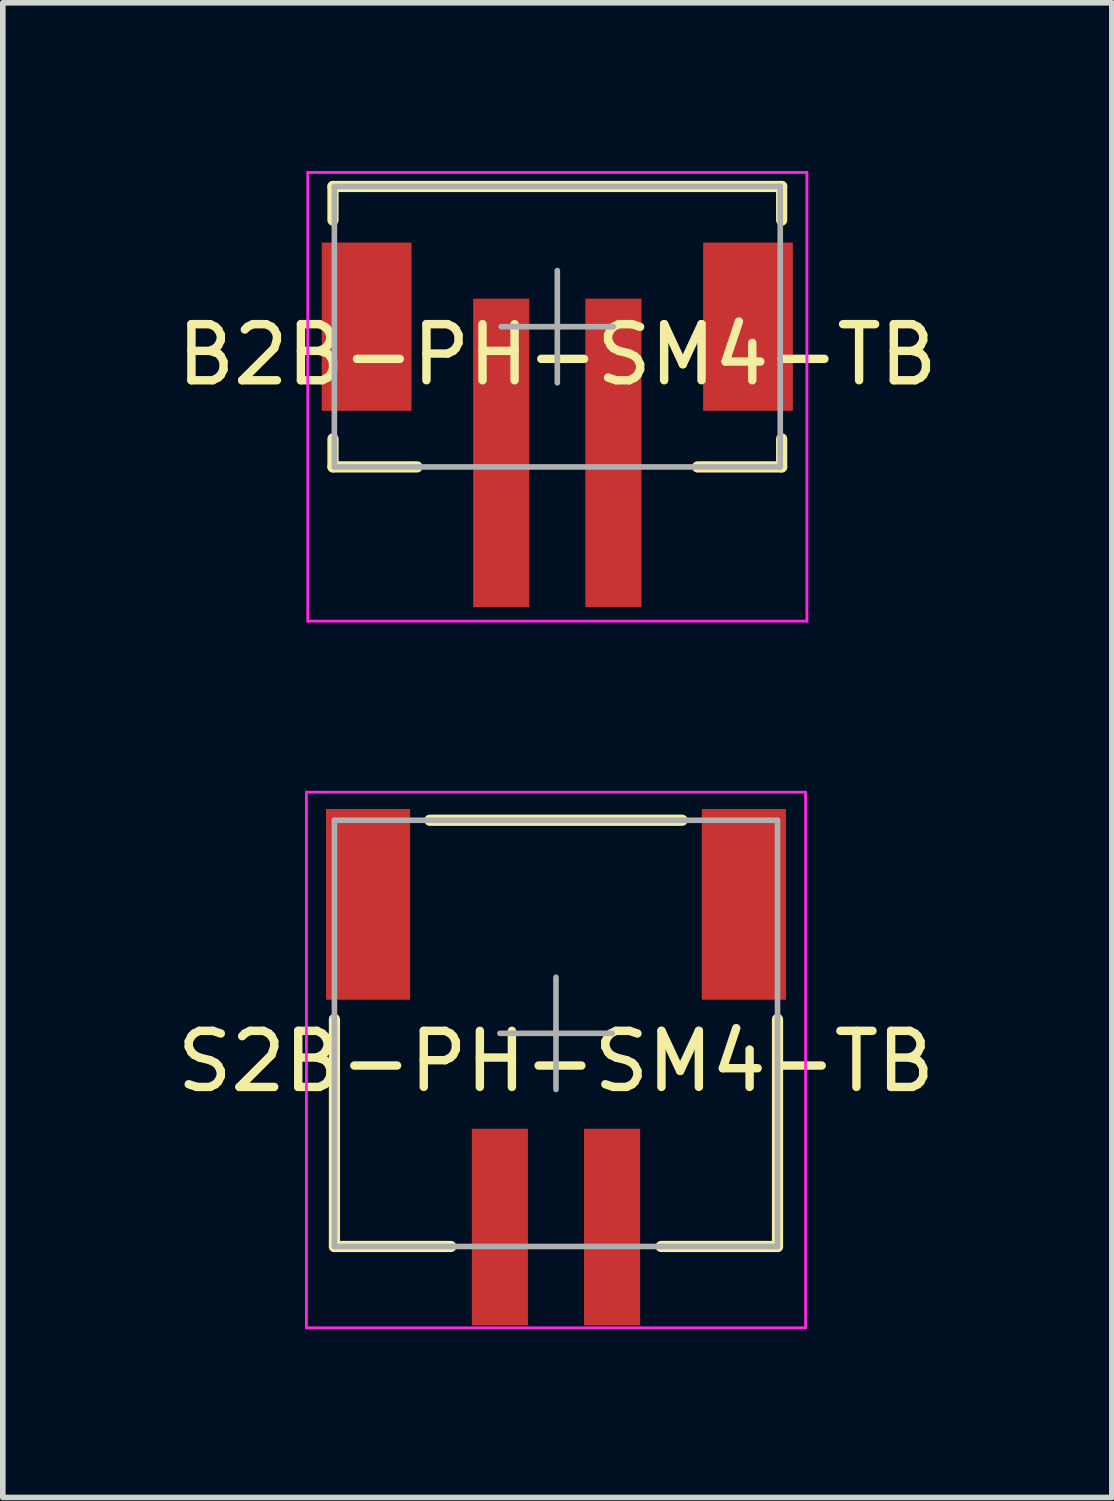
<source format=kicad_pcb>
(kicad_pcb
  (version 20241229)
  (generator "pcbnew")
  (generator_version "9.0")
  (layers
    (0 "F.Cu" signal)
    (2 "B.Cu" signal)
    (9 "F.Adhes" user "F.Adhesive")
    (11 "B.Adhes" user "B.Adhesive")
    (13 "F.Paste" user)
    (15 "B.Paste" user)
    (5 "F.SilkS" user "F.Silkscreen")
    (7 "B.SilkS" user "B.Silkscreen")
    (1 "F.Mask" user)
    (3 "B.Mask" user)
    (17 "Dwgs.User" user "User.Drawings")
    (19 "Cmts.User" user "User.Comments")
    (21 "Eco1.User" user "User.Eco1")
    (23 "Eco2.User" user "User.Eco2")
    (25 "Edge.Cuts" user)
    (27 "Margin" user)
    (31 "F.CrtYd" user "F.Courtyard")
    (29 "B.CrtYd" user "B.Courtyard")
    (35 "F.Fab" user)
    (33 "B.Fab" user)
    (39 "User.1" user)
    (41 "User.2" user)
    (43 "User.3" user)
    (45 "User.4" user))
  (footprint "B2B-PH-SM4-TB"
    (layer "F.Cu")
    (at 6.887 2.775)
    (property "Reference" "B2B-PH-SM4-TB" (at 0 0.5 0) (layer "F.SilkS") (effects (font (size 1 1) (thickness 0.15))))
    (attr through_hole)
    (fp_line (start -4 -2.5) (end 4 -2.5) (stroke (width 0.2) (type solid)) (layer "F.SilkS"))
    (fp_line (start -4 -1.9) (end -4 -2.5) (stroke (width 0.2) (type solid)) (layer "F.SilkS"))
    (fp_line (start -4 2) (end -4 2.5) (stroke (width 0.2) (type solid)) (layer "F.SilkS"))
    (fp_line (start -4 2.5) (end -2.5 2.5) (stroke (width 0.2) (type solid)) (layer "F.SilkS"))
    (fp_line (start 4 -2.5) (end 4 -1.9) (stroke (width 0.2) (type solid)) (layer "F.SilkS"))
    (fp_line (start 4 2) (end 4 2.5) (stroke (width 0.2) (type solid)) (layer "F.SilkS"))
    (fp_line (start 4 2.5) (end 2.5 2.5) (stroke (width 0.2) (type solid)) (layer "F.SilkS"))
    (fp_line (start -4.45 -2.75) (end 4.45 -2.75) (stroke (width 0.05) (type solid)) (layer "F.CrtYd"))
    (fp_line (start -4.45 5.25) (end -4.45 -2.75) (stroke (width 0.05) (type solid)) (layer "F.CrtYd"))
    (fp_line (start 4.45 -2.75) (end 4.45 5.25) (stroke (width 0.05) (type solid)) (layer "F.CrtYd"))
    (fp_line (start 4.45 5.25) (end -4.45 5.25) (stroke (width 0.05) (type solid)) (layer "F.CrtYd"))
    (fp_line (start -3.975 2.5) (end -3.975 -2.5) (stroke (width 0.1) (type solid)) (layer "F.Fab"))
    (fp_line (start -1 0) (end 1 0) (stroke (width 0.1) (type solid)) (layer "F.Fab"))
    (fp_line (start 0 -1) (end 0 1) (stroke (width 0.1) (type solid)) (layer "F.Fab"))
    (fp_line (start 3.975 -2.5) (end -3.975 -2.5) (stroke (width 0.1) (type solid)) (layer "F.Fab"))
    (fp_line (start 3.975 -2.5) (end 3.975 2.5) (stroke (width 0.1) (type solid)) (layer "F.Fab"))
    (fp_line (start 3.975 2.5) (end -3.975 2.5) (stroke (width 0.1) (type solid)) (layer "F.Fab"))
    (pad "1" smd rect (at -1 2.25) (size 1 5.5) (layers "F.Cu" "F.Mask" "F.Paste"))
    (pad "2" smd rect (at 1 2.25) (size 1 5.5) (layers "F.Cu" "F.Mask" "F.Paste"))
    (pad "FG" smd rect (at -3.4 0) (size 1.6 3) (layers "F.Cu" "F.Mask" "F.Paste"))
    (pad "FG" smd rect (at 3.4 0) (size 1.6 3) (layers "F.Cu" "F.Mask" "F.Paste")))
  (footprint "S2B-PH-SM4-TB"
    (layer "F.Cu")
    (at 6.863 15.375)
    (property "Reference" "S2B-PH-SM4-TB" (at 0 0.5 0) (layer "F.SilkS") (effects (font (size 1 1) (thickness 0.15))))
    (attr smd)
    (fp_line (start -3.95 3.8) (end -3.95 -0.25) (stroke (width 0.2) (type solid)) (layer "F.SilkS"))
    (fp_line (start -3.95 3.8) (end -1.875 3.8) (stroke (width 0.2) (type solid)) (layer "F.SilkS"))
    (fp_line (start -2.25 -3.8) (end 2.25 -3.8) (stroke (width 0.2) (type solid)) (layer "F.SilkS"))
    (fp_line (start 1.875 3.8) (end 3.95 3.8) (stroke (width 0.2) (type solid)) (layer "F.SilkS"))
    (fp_line (start 3.95 3.8) (end 3.95 -0.25) (stroke (width 0.2) (type solid)) (layer "F.SilkS"))
    (fp_line (start -4.45 -4.3) (end 4.45 -4.3) (stroke (width 0.05) (type solid)) (layer "F.CrtYd"))
    (fp_line (start -4.45 5.25) (end -4.45 -4.3) (stroke (width 0.05) (type solid)) (layer "F.CrtYd"))
    (fp_line (start 4.45 -4.3) (end 4.45 5.25) (stroke (width 0.05) (type solid)) (layer "F.CrtYd"))
    (fp_line (start 4.45 5.25) (end -4.45 5.25) (stroke (width 0.05) (type solid)) (layer "F.CrtYd"))
    (fp_line (start -3.95 -3.8) (end 3.95 -3.8) (stroke (width 0.1) (type solid)) (layer "F.Fab"))
    (fp_line (start -3.95 3.8) (end -3.95 -3.8) (stroke (width 0.1) (type solid)) (layer "F.Fab"))
    (fp_line (start -3.95 3.8) (end 3.95 3.8) (stroke (width 0.1) (type solid)) (layer "F.Fab"))
    (fp_line (start -1 0) (end 1 0) (stroke (width 0.1) (type solid)) (layer "F.Fab"))
    (fp_line (start 0 -1) (end 0 1) (stroke (width 0.1) (type solid)) (layer "F.Fab"))
    (fp_line (start 3.95 -3.8) (end 3.95 3.8) (stroke (width 0.1) (type solid)) (layer "F.Fab"))
    (pad "1" smd rect (at 1 3.45) (size 1 3.5) (layers "F.Cu" "F.Mask" "F.Paste"))
    (pad "2" smd rect (at -1 3.45) (size 1 3.5) (layers "F.Cu" "F.Mask" "F.Paste"))
    (pad "FG" smd rect (at -3.35 -2.3) (size 1.5 3.4) (layers "F.Cu" "F.Mask" "F.Paste"))
    (pad "FG" smd rect (at 3.35 -2.3) (size 1.5 3.4) (layers "F.Cu" "F.Mask" "F.Paste")))
  (gr_rect
    (start -3 -3)
    (end 16.774 23.65)
    (stroke (width 0.1) (type default))
    (fill no)
    (layer "Edge.Cuts")))
</source>
